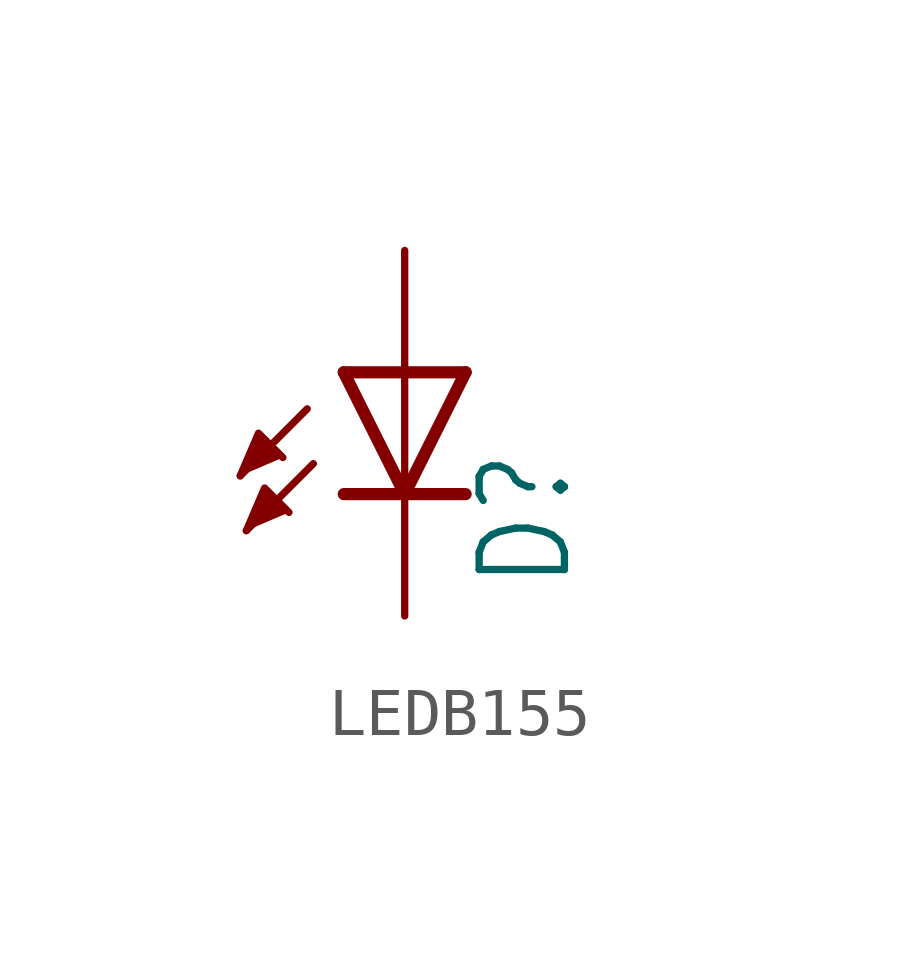
<source format=kicad_sym>
(kicad_symbol_lib
  (version 20220914)
  (generator kicad_symbol_editor)
  (symbol "LEDB155"
    (property "Reference" "D"
      (at 3.556 -4.572 90)
      (effects (font (size 1.778 1.511)) (justify left bottom)))
    (property "Value" ""
      (at 5.715 -4.572 90)
      (effects (font (size 1.778 1.511)) (justify left bottom)))
    (property "ki_locked" ""
      (at 0 0 0)
      (effects (font (size 1.27 1.27))))
    (symbol "LEDB155_1_0"
      (polyline (pts (xy -2.032 -0.762) (xy -3.429 -2.159)) (stroke (width 0.152) (type solid)) (fill (type none)))
      (polyline (pts (xy -1.905 -1.905) (xy -3.302 -3.302)) (stroke (width 0.152) (type solid)) (fill (type none)))
      (polyline (pts (xy 0 -2.54) (xy -1.27 -2.54)) (stroke (width 0.254) (type solid)) (fill (type none)))
      (polyline (pts (xy 0 -2.54) (xy -1.27 0)) (stroke (width 0.254) (type solid)) (fill (type none)))
      (polyline (pts (xy 0 0) (xy -1.27 0)) (stroke (width 0.254) (type solid)) (fill (type none)))
      (polyline (pts (xy 0 0) (xy 0 -2.54)) (stroke (width 0.152) (type solid)) (fill (type none)))
      (polyline (pts (xy 1.27 -2.54) (xy 0 -2.54)) (stroke (width 0.254) (type solid)) (fill (type none)))
      (polyline (pts (xy 1.27 0) (xy 0 -2.54)) (stroke (width 0.254) (type solid)) (fill (type none)))
      (polyline (pts (xy 1.27 0) (xy 0 0)) (stroke (width 0.254) (type solid)) (fill (type none)))
      (polyline (pts (xy -3.429 -2.159) (xy -3.048 -1.27) (xy -2.54 -1.778)) (stroke (width 0.152) (type solid)) (fill (type outline)))
      (polyline (pts (xy -3.302 -3.302) (xy -2.921 -2.413) (xy -2.413 -2.921)) (stroke (width 0.152) (type solid)) (fill (type outline)))
      (pin passive line (at 0 2.54 270) (length 2.54) (name "A" (effects (font (size 0 0)))) (number "A" (effects (font (size 0 0)))))
      (pin passive line (at 0 -5.08 90) (length 2.54) (name "C" (effects (font (size 0 0)))) (number "K" (effects (font (size 0 0))))))))
</source>
